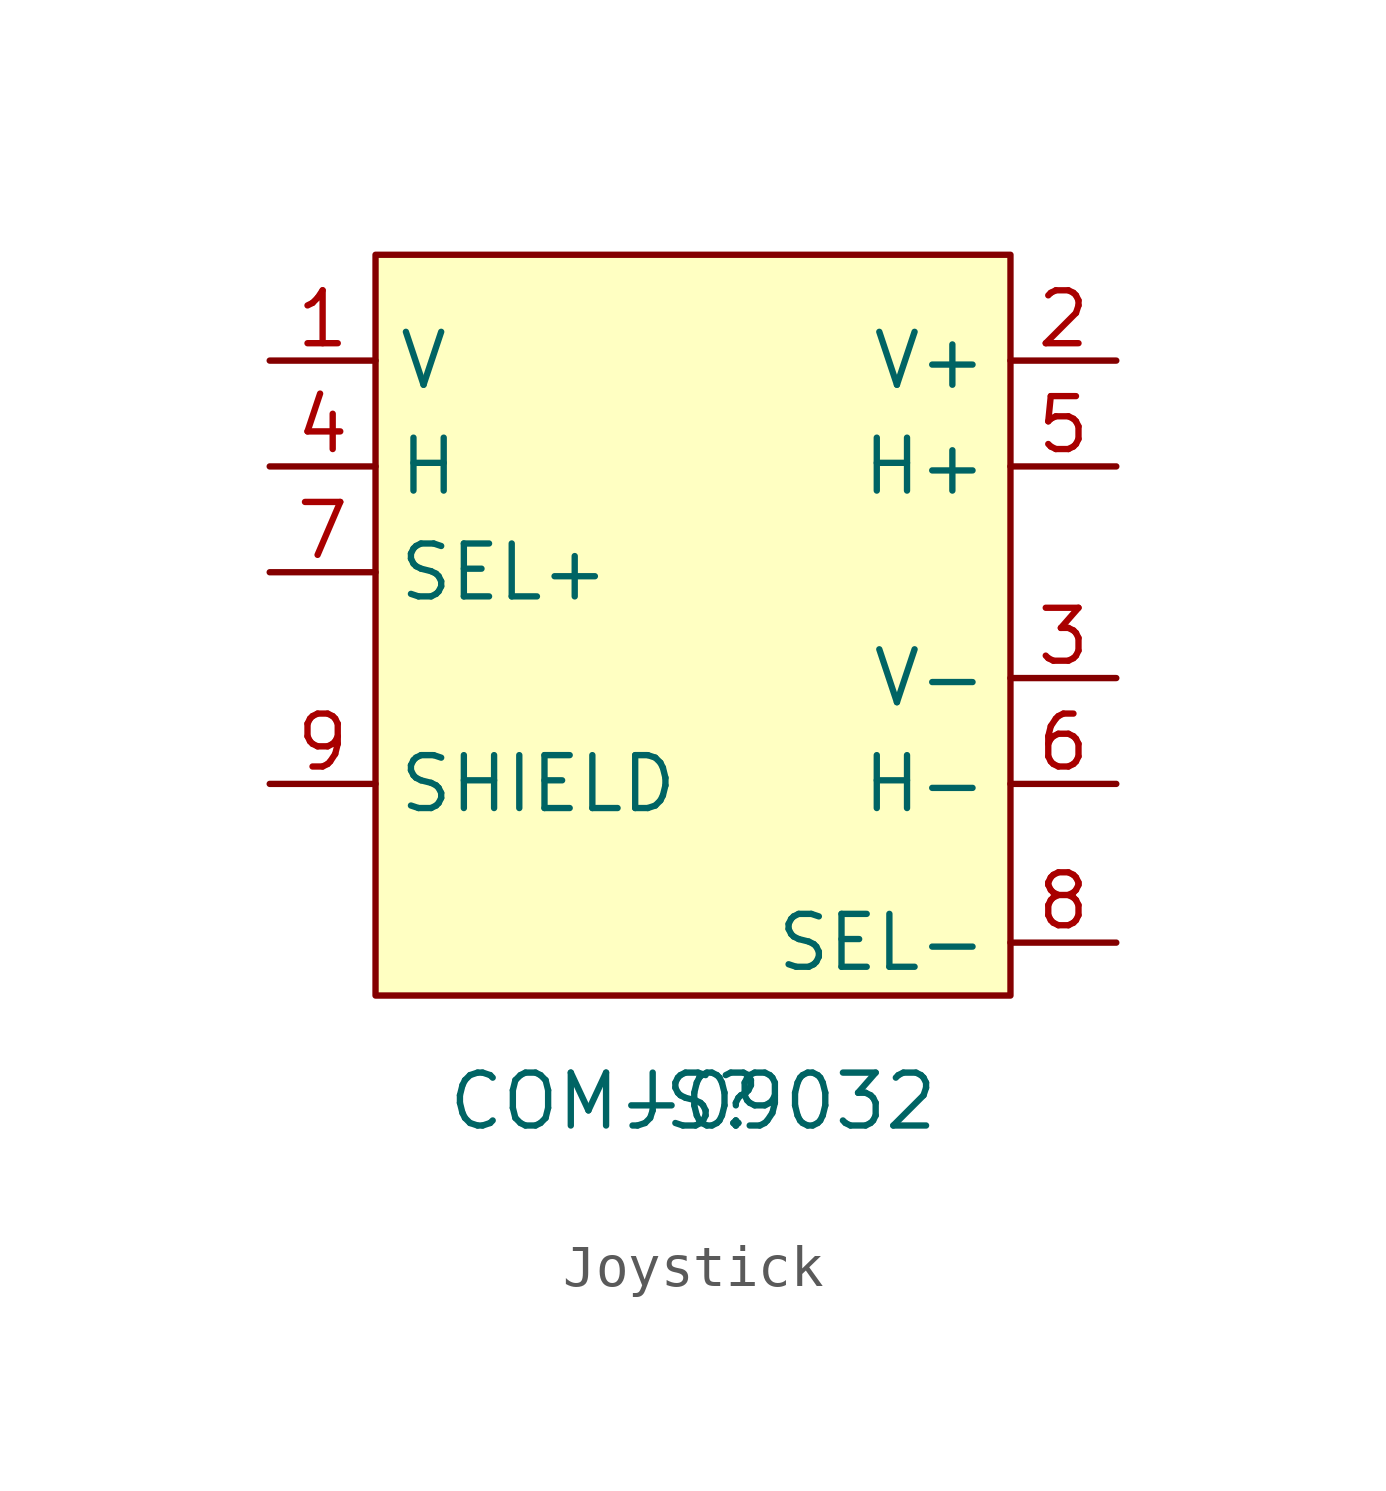
<source format=kicad_sym>
(kicad_symbol_lib
  (version 20231120)
  (generator "kicad_symbol_editor")
  (generator_version "8.0")
  (symbol "Joystick"
    (property "Reference" "JS"
      (at 0 0 0)
      (effects (font (size 1.27 1.27))))
    (property "Value" "COM-09032"
      (at 0 0 0)
      (effects (font (size 1.27 1.27))))
    (symbol "Joystick_0_0"
      (pin output line (at -10.16 17.78 0) (length 2.54) (name "V" (effects (font (size 1.27 1.27)))) (number "1" (effects (font (size 1.27 1.27)))))
      (pin power_in line (at 10.16 17.78 180) (length 2.54) (name "V+" (effects (font (size 1.27 1.27)))) (number "2" (effects (font (size 1.27 1.27)))))
      (pin power_in line (at 10.16 10.16 180) (length 2.54) (name "V-" (effects (font (size 1.27 1.27)))) (number "3" (effects (font (size 1.27 1.27)))))
      (pin output line (at -10.16 15.24 0) (length 2.54) (name "H" (effects (font (size 1.27 1.27)))) (number "4" (effects (font (size 1.27 1.27)))))
      (pin power_in line (at 10.16 15.24 180) (length 2.54) (name "H+" (effects (font (size 1.27 1.27)))) (number "5" (effects (font (size 1.27 1.27)))))
      (pin power_in line (at 10.16 7.62 180) (length 2.54) (name "H-" (effects (font (size 1.27 1.27)))) (number "6" (effects (font (size 1.27 1.27)))))
      (pin power_out line (at -10.16 12.7 0) (length 2.54) (name "SEL+" (effects (font (size 1.27 1.27)))) (number "7" (effects (font (size 1.27 1.27)))))
      (pin power_in line (at 10.16 3.81 180) (length 2.54) (name "SEL-" (effects (font (size 1.27 1.27)))) (number "8" (effects (font (size 1.27 1.27)))))
      (pin unspecified line (at -10.16 7.62 0) (length 2.54) (name "SHIELD" (effects (font (size 1.27 1.27)))) (number "9" (effects (font (size 1.27 1.27))))))
    (symbol "Joystick_1_1"
      (rectangle (start -7.62 20.32) (end 7.62 2.54) (stroke (width 0) (type default)) (fill (type background))))))
</source>
